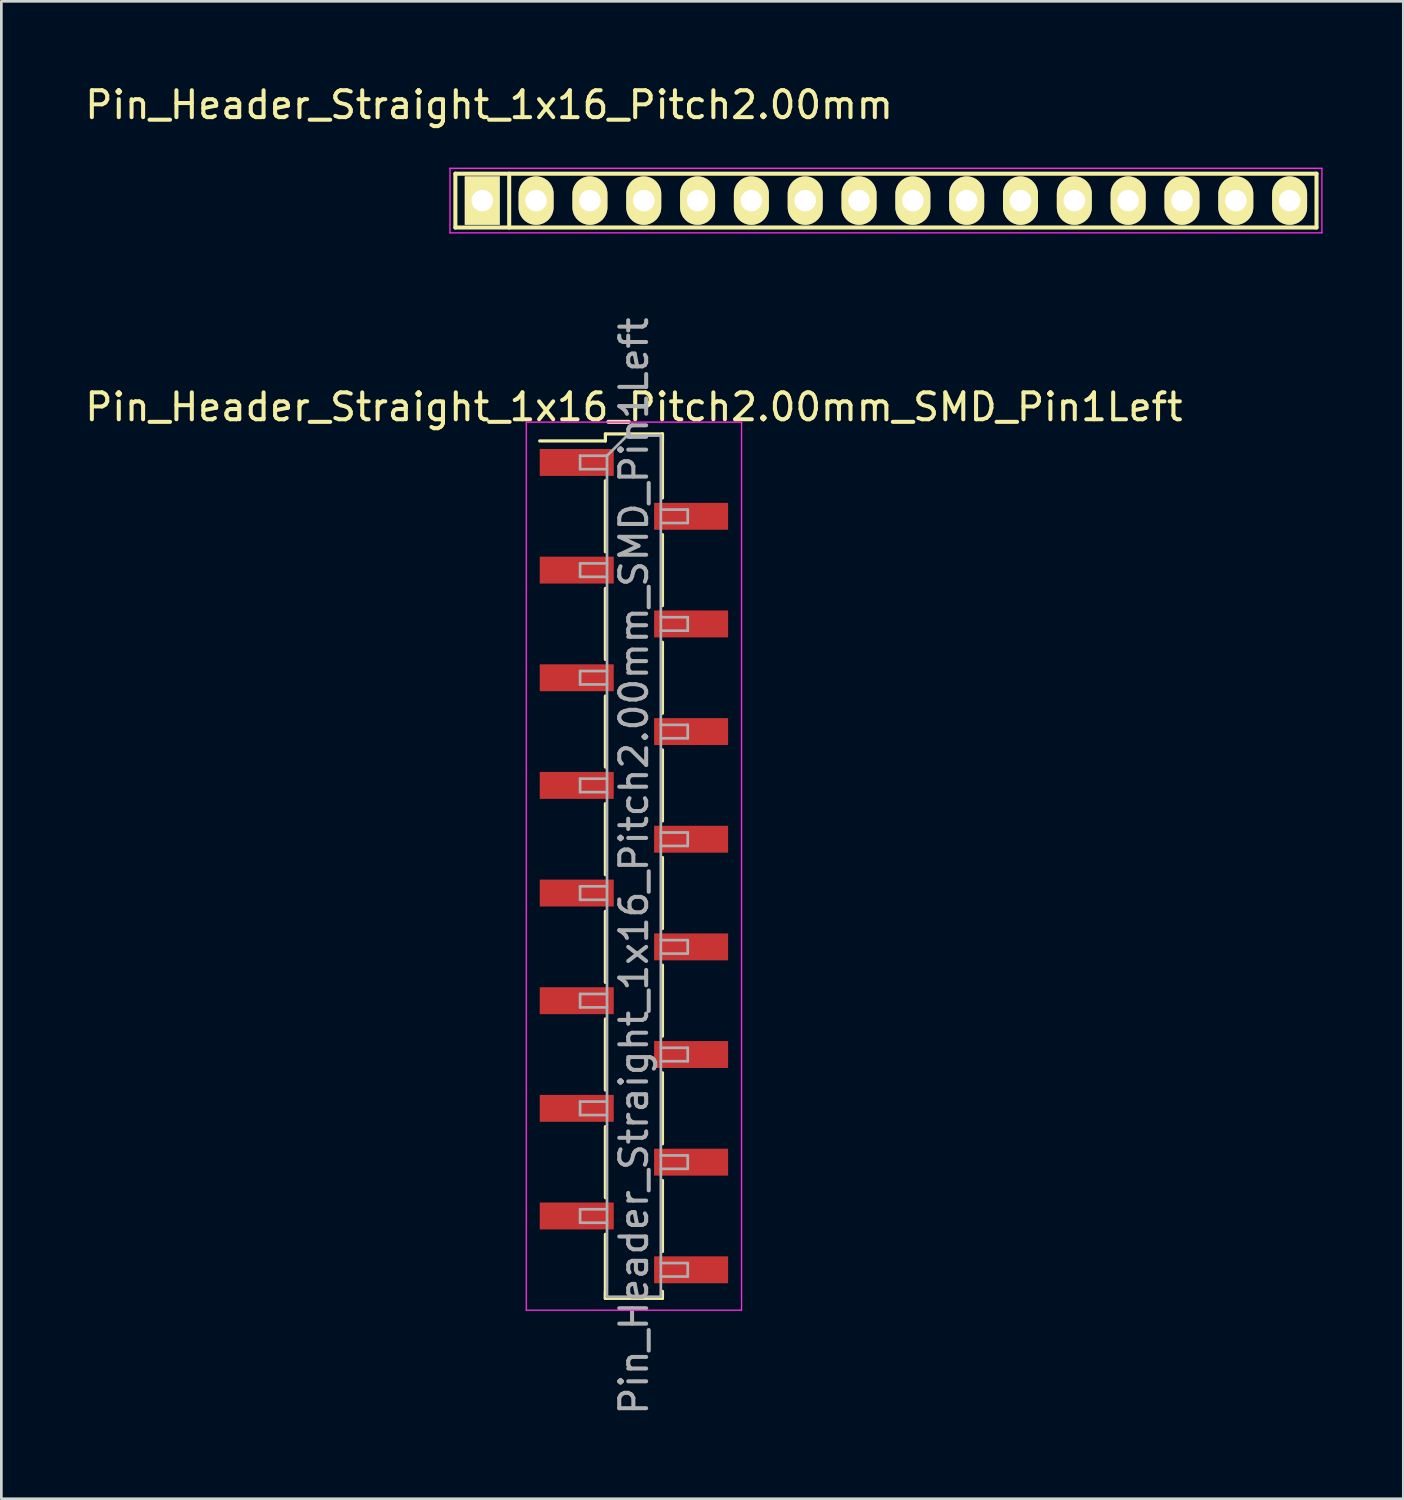
<source format=kicad_pcb>
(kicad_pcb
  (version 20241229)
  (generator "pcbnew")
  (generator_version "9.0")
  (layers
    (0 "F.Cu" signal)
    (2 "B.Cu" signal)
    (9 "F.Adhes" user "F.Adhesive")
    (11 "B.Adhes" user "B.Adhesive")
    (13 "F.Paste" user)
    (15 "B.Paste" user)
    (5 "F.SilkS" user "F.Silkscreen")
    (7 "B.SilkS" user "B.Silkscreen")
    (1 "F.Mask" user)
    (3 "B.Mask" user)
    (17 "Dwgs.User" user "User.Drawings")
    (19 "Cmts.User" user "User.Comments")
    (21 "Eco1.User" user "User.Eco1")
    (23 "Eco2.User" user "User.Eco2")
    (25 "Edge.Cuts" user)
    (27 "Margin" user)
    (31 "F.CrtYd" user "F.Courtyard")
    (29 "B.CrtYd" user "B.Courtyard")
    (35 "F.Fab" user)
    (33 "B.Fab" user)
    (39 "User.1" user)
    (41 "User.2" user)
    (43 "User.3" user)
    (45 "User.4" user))
  (footprint "Pin_Header_Straight_1x16_Pitch2.00mm_SMD_Pin1Left"
    (layer "F.Cu")
    (at 20.506 29.135)
    (property "Reference" "Pin_Header_Straight_1x16_Pitch2.00mm_SMD_Pin1Left" (at 0 -17.06 0) (layer "F.SilkS") (effects (font (size 1 1) (thickness 0.15))))
    (attr smd)
    (fp_line (start -1.06 -16.06) (end 1.06 -16.06) (stroke (width 0.12) (type solid)) (layer "F.SilkS"))
    (fp_line (start -1.06 -15.8) (end -3.5 -15.8) (stroke (width 0.12) (type solid)) (layer "F.SilkS"))
    (fp_line (start -1.06 -15.8) (end -1.06 -16.06) (stroke (width 0.12) (type solid)) (layer "F.SilkS"))
    (fp_line (start -1.06 -14.32) (end -1.06 -11.68) (stroke (width 0.12) (type solid)) (layer "F.SilkS"))
    (fp_line (start -1.06 -10.32) (end -1.06 -7.68) (stroke (width 0.12) (type solid)) (layer "F.SilkS"))
    (fp_line (start -1.06 -6.32) (end -1.06 -3.68) (stroke (width 0.12) (type solid)) (layer "F.SilkS"))
    (fp_line (start -1.06 -2.32) (end -1.06 0.32) (stroke (width 0.12) (type solid)) (layer "F.SilkS"))
    (fp_line (start -1.06 1.68) (end -1.06 4.32) (stroke (width 0.12) (type solid)) (layer "F.SilkS"))
    (fp_line (start -1.06 5.68) (end -1.06 8.32) (stroke (width 0.12) (type solid)) (layer "F.SilkS"))
    (fp_line (start -1.06 9.68) (end -1.06 12.32) (stroke (width 0.12) (type solid)) (layer "F.SilkS"))
    (fp_line (start -1.06 13.68) (end -1.06 16.06) (stroke (width 0.12) (type solid)) (layer "F.SilkS"))
    (fp_line (start -1.06 15.8) (end -1.06 16.06) (stroke (width 0.12) (type solid)) (layer "F.SilkS"))
    (fp_line (start -1.06 16.06) (end 1.06 16.06) (stroke (width 0.12) (type solid)) (layer "F.SilkS"))
    (fp_line (start 1.06 -16.06) (end 1.06 -15.8) (stroke (width 0.12) (type solid)) (layer "F.SilkS"))
    (fp_line (start 1.06 -16.06) (end 1.06 -13.68) (stroke (width 0.12) (type solid)) (layer "F.SilkS"))
    (fp_line (start 1.06 -12.32) (end 1.06 -9.68) (stroke (width 0.12) (type solid)) (layer "F.SilkS"))
    (fp_line (start 1.06 -8.32) (end 1.06 -5.68) (stroke (width 0.12) (type solid)) (layer "F.SilkS"))
    (fp_line (start 1.06 -4.32) (end 1.06 -1.68) (stroke (width 0.12) (type solid)) (layer "F.SilkS"))
    (fp_line (start 1.06 -0.32) (end 1.06 2.32) (stroke (width 0.12) (type solid)) (layer "F.SilkS"))
    (fp_line (start 1.06 3.68) (end 1.06 6.32) (stroke (width 0.12) (type solid)) (layer "F.SilkS"))
    (fp_line (start 1.06 7.68) (end 1.06 10.32) (stroke (width 0.12) (type solid)) (layer "F.SilkS"))
    (fp_line (start 1.06 11.68) (end 1.06 14.32) (stroke (width 0.12) (type solid)) (layer "F.SilkS"))
    (fp_line (start 1.06 16.06) (end 1.06 15.8) (stroke (width 0.12) (type solid)) (layer "F.SilkS"))
    (fp_line (start -4 -16.5) (end -4 16.5) (stroke (width 0.05) (type solid)) (layer "F.CrtYd"))
    (fp_line (start -4 16.5) (end 4 16.5) (stroke (width 0.05) (type solid)) (layer "F.CrtYd"))
    (fp_line (start 4 -16.5) (end -4 -16.5) (stroke (width 0.05) (type solid)) (layer "F.CrtYd"))
    (fp_line (start 4 16.5) (end 4 -16.5) (stroke (width 0.05) (type solid)) (layer "F.CrtYd"))
    (fp_line (start -2 -15.25) (end -2 -14.75) (stroke (width 0.1) (type solid)) (layer "F.Fab"))
    (fp_line (start -2 -14.75) (end -1 -14.75) (stroke (width 0.1) (type solid)) (layer "F.Fab"))
    (fp_line (start -2 -11.25) (end -2 -10.75) (stroke (width 0.1) (type solid)) (layer "F.Fab"))
    (fp_line (start -2 -10.75) (end -1 -10.75) (stroke (width 0.1) (type solid)) (layer "F.Fab"))
    (fp_line (start -2 -7.25) (end -2 -6.75) (stroke (width 0.1) (type solid)) (layer "F.Fab"))
    (fp_line (start -2 -6.75) (end -1 -6.75) (stroke (width 0.1) (type solid)) (layer "F.Fab"))
    (fp_line (start -2 -3.25) (end -2 -2.75) (stroke (width 0.1) (type solid)) (layer "F.Fab"))
    (fp_line (start -2 -2.75) (end -1 -2.75) (stroke (width 0.1) (type solid)) (layer "F.Fab"))
    (fp_line (start -2 0.75) (end -2 1.25) (stroke (width 0.1) (type solid)) (layer "F.Fab"))
    (fp_line (start -2 1.25) (end -1 1.25) (stroke (width 0.1) (type solid)) (layer "F.Fab"))
    (fp_line (start -2 4.75) (end -2 5.25) (stroke (width 0.1) (type solid)) (layer "F.Fab"))
    (fp_line (start -2 5.25) (end -1 5.25) (stroke (width 0.1) (type solid)) (layer "F.Fab"))
    (fp_line (start -2 8.75) (end -2 9.25) (stroke (width 0.1) (type solid)) (layer "F.Fab"))
    (fp_line (start -2 9.25) (end -1 9.25) (stroke (width 0.1) (type solid)) (layer "F.Fab"))
    (fp_line (start -2 12.75) (end -2 13.25) (stroke (width 0.1) (type solid)) (layer "F.Fab"))
    (fp_line (start -2 13.25) (end -1 13.25) (stroke (width 0.1) (type solid)) (layer "F.Fab"))
    (fp_line (start -1 -15.25) (end -2 -15.25) (stroke (width 0.1) (type solid)) (layer "F.Fab"))
    (fp_line (start -1 -15.25) (end -0.25 -16) (stroke (width 0.1) (type solid)) (layer "F.Fab"))
    (fp_line (start -1 -11.25) (end -2 -11.25) (stroke (width 0.1) (type solid)) (layer "F.Fab"))
    (fp_line (start -1 -7.25) (end -2 -7.25) (stroke (width 0.1) (type solid)) (layer "F.Fab"))
    (fp_line (start -1 -3.25) (end -2 -3.25) (stroke (width 0.1) (type solid)) (layer "F.Fab"))
    (fp_line (start -1 0.75) (end -2 0.75) (stroke (width 0.1) (type solid)) (layer "F.Fab"))
    (fp_line (start -1 4.75) (end -2 4.75) (stroke (width 0.1) (type solid)) (layer "F.Fab"))
    (fp_line (start -1 8.75) (end -2 8.75) (stroke (width 0.1) (type solid)) (layer "F.Fab"))
    (fp_line (start -1 12.75) (end -2 12.75) (stroke (width 0.1) (type solid)) (layer "F.Fab"))
    (fp_line (start -1 16) (end -1 -15.25) (stroke (width 0.1) (type solid)) (layer "F.Fab"))
    (fp_line (start -0.25 -16) (end 1 -16) (stroke (width 0.1) (type solid)) (layer "F.Fab"))
    (fp_line (start 1 -16) (end 1 16) (stroke (width 0.1) (type solid)) (layer "F.Fab"))
    (fp_line (start 1 -13.25) (end 2 -13.25) (stroke (width 0.1) (type solid)) (layer "F.Fab"))
    (fp_line (start 1 -9.25) (end 2 -9.25) (stroke (width 0.1) (type solid)) (layer "F.Fab"))
    (fp_line (start 1 -5.25) (end 2 -5.25) (stroke (width 0.1) (type solid)) (layer "F.Fab"))
    (fp_line (start 1 -1.25) (end 2 -1.25) (stroke (width 0.1) (type solid)) (layer "F.Fab"))
    (fp_line (start 1 2.75) (end 2 2.75) (stroke (width 0.1) (type solid)) (layer "F.Fab"))
    (fp_line (start 1 6.75) (end 2 6.75) (stroke (width 0.1) (type solid)) (layer "F.Fab"))
    (fp_line (start 1 10.75) (end 2 10.75) (stroke (width 0.1) (type solid)) (layer "F.Fab"))
    (fp_line (start 1 14.75) (end 2 14.75) (stroke (width 0.1) (type solid)) (layer "F.Fab"))
    (fp_line (start 1 16) (end -1 16) (stroke (width 0.1) (type solid)) (layer "F.Fab"))
    (fp_line (start 2 -13.25) (end 2 -12.75) (stroke (width 0.1) (type solid)) (layer "F.Fab"))
    (fp_line (start 2 -12.75) (end 1 -12.75) (stroke (width 0.1) (type solid)) (layer "F.Fab"))
    (fp_line (start 2 -9.25) (end 2 -8.75) (stroke (width 0.1) (type solid)) (layer "F.Fab"))
    (fp_line (start 2 -8.75) (end 1 -8.75) (stroke (width 0.1) (type solid)) (layer "F.Fab"))
    (fp_line (start 2 -5.25) (end 2 -4.75) (stroke (width 0.1) (type solid)) (layer "F.Fab"))
    (fp_line (start 2 -4.75) (end 1 -4.75) (stroke (width 0.1) (type solid)) (layer "F.Fab"))
    (fp_line (start 2 -1.25) (end 2 -0.75) (stroke (width 0.1) (type solid)) (layer "F.Fab"))
    (fp_line (start 2 -0.75) (end 1 -0.75) (stroke (width 0.1) (type solid)) (layer "F.Fab"))
    (fp_line (start 2 2.75) (end 2 3.25) (stroke (width 0.1) (type solid)) (layer "F.Fab"))
    (fp_line (start 2 3.25) (end 1 3.25) (stroke (width 0.1) (type solid)) (layer "F.Fab"))
    (fp_line (start 2 6.75) (end 2 7.25) (stroke (width 0.1) (type solid)) (layer "F.Fab"))
    (fp_line (start 2 7.25) (end 1 7.25) (stroke (width 0.1) (type solid)) (layer "F.Fab"))
    (fp_line (start 2 10.75) (end 2 11.25) (stroke (width 0.1) (type solid)) (layer "F.Fab"))
    (fp_line (start 2 11.25) (end 1 11.25) (stroke (width 0.1) (type solid)) (layer "F.Fab"))
    (fp_line (start 2 14.75) (end 2 15.25) (stroke (width 0.1) (type solid)) (layer "F.Fab"))
    (fp_line (start 2 15.25) (end 1 15.25) (stroke (width 0.1) (type solid)) (layer "F.Fab"))
    (fp_text user "${REFERENCE}" (at 0 0 90) (layer "F.Fab") (effects (font (size 1 1) (thickness 0.15))))
    (pad "1" smd rect (at -2.125 -15) (size 2.75 1) (layers "F.Cu" "F.Mask" "F.Paste"))
    (pad "2" smd rect (at 2.125 -13) (size 2.75 1) (layers "F.Cu" "F.Mask" "F.Paste"))
    (pad "3" smd rect (at -2.125 -11) (size 2.75 1) (layers "F.Cu" "F.Mask" "F.Paste"))
    (pad "4" smd rect (at 2.125 -9) (size 2.75 1) (layers "F.Cu" "F.Mask" "F.Paste"))
    (pad "5" smd rect (at -2.125 -7) (size 2.75 1) (layers "F.Cu" "F.Mask" "F.Paste"))
    (pad "6" smd rect (at 2.125 -5) (size 2.75 1) (layers "F.Cu" "F.Mask" "F.Paste"))
    (pad "7" smd rect (at -2.125 -3) (size 2.75 1) (layers "F.Cu" "F.Mask" "F.Paste"))
    (pad "8" smd rect (at 2.125 -1) (size 2.75 1) (layers "F.Cu" "F.Mask" "F.Paste"))
    (pad "9" smd rect (at -2.125 1) (size 2.75 1) (layers "F.Cu" "F.Mask" "F.Paste"))
    (pad "10" smd rect (at 2.125 3) (size 2.75 1) (layers "F.Cu" "F.Mask" "F.Paste"))
    (pad "11" smd rect (at -2.125 5) (size 2.75 1) (layers "F.Cu" "F.Mask" "F.Paste"))
    (pad "12" smd rect (at 2.125 7) (size 2.75 1) (layers "F.Cu" "F.Mask" "F.Paste"))
    (pad "13" smd rect (at -2.125 9) (size 2.75 1) (layers "F.Cu" "F.Mask" "F.Paste"))
    (pad "14" smd rect (at 2.125 11) (size 2.75 1) (layers "F.Cu" "F.Mask" "F.Paste"))
    (pad "15" smd rect (at -2.125 13) (size 2.75 1) (layers "F.Cu" "F.Mask" "F.Paste"))
    (pad "16" smd rect (at 2.125 15) (size 2.75 1) (layers "F.Cu" "F.Mask" "F.Paste")))
  (footprint "Pin_Header_Straight_1x16_Pitch2.00mm"
    (layer "F.Cu")
    (at 14.871 4.404)
    (property "Reference" "Pin_Header_Straight_1x16_Pitch2.00mm" (at 0.254 -3.556 0) (layer "F.SilkS") (effects (font (size 1 1) (thickness 0.15))))
    (attr through_hole)
    (fp_line (start -1 -1) (end 31 -1) (stroke (width 0.15) (type solid)) (layer "F.SilkS"))
    (fp_line (start -1 1) (end -1 -1) (stroke (width 0.15) (type solid)) (layer "F.SilkS"))
    (fp_line (start 1 -1) (end 1 1) (stroke (width 0.15) (type solid)) (layer "F.SilkS"))
    (fp_line (start 31 -1) (end 31 1) (stroke (width 0.15) (type solid)) (layer "F.SilkS"))
    (fp_line (start 31 1) (end -1 1) (stroke (width 0.15) (type solid)) (layer "F.SilkS"))
    (fp_line (start -1.2 -1.2) (end -1.2 1.2) (stroke (width 0.05) (type solid)) (layer "F.CrtYd"))
    (fp_line (start -1.2 1.2) (end 31.2 1.2) (stroke (width 0.05) (type solid)) (layer "F.CrtYd"))
    (fp_line (start 31.2 -1.2) (end -1.2 -1.2) (stroke (width 0.05) (type solid)) (layer "F.CrtYd"))
    (fp_line (start 31.2 1.2) (end 31.2 -1.2) (stroke (width 0.05) (type solid)) (layer "F.CrtYd"))
    (pad "1" thru_hole rect (at 0 0) (size 1.3 1.8) (drill 0.8) (layers "*.Cu" "*.Mask" "F.SilkS"))
    (pad "2" thru_hole oval (at 2 0) (size 1.3 1.8) (drill 0.8) (layers "*.Cu" "*.Mask" "F.SilkS"))
    (pad "3" thru_hole oval (at 4 0) (size 1.3 1.8) (drill 0.8) (layers "*.Cu" "*.Mask" "F.SilkS"))
    (pad "4" thru_hole oval (at 6 0) (size 1.3 1.8) (drill 0.8) (layers "*.Cu" "*.Mask" "F.SilkS"))
    (pad "5" thru_hole oval (at 8 0) (size 1.3 1.8) (drill 0.8) (layers "*.Cu" "*.Mask" "F.SilkS"))
    (pad "6" thru_hole oval (at 10 0) (size 1.3 1.8) (drill 0.8) (layers "*.Cu" "*.Mask" "F.SilkS"))
    (pad "7" thru_hole oval (at 12 0) (size 1.3 1.8) (drill 0.8) (layers "*.Cu" "*.Mask" "F.SilkS"))
    (pad "8" thru_hole oval (at 14 0) (size 1.3 1.8) (drill 0.8) (layers "*.Cu" "*.Mask" "F.SilkS"))
    (pad "9" thru_hole oval (at 16 0) (size 1.3 1.8) (drill 0.8) (layers "*.Cu" "*.Mask" "F.SilkS"))
    (pad "10" thru_hole oval (at 18 0) (size 1.3 1.8) (drill 0.8) (layers "*.Cu" "*.Mask" "F.SilkS"))
    (pad "11" thru_hole oval (at 20 0) (size 1.3 1.8) (drill 0.8) (layers "*.Cu" "*.Mask" "F.SilkS"))
    (pad "12" thru_hole oval (at 22 0) (size 1.3 1.8) (drill 0.8) (layers "*.Cu" "*.Mask" "F.SilkS"))
    (pad "13" thru_hole oval (at 24 0) (size 1.3 1.8) (drill 0.8) (layers "*.Cu" "*.Mask" "F.SilkS"))
    (pad "14" thru_hole oval (at 26 0) (size 1.3 1.8) (drill 0.8) (layers "*.Cu" "*.Mask" "F.SilkS"))
    (pad "15" thru_hole oval (at 28 0) (size 1.3 1.8) (drill 0.8) (layers "*.Cu" "*.Mask" "F.SilkS"))
    (pad "16" thru_hole oval (at 30 0) (size 1.3 1.8) (drill 0.8) (layers "*.Cu" "*.Mask" "F.SilkS")))
  (gr_rect
    (start -3 -3)
    (end 49.096 52.641)
    (stroke (width 0.1) (type default))
    (fill no)
    (layer "Edge.Cuts")))
</source>
